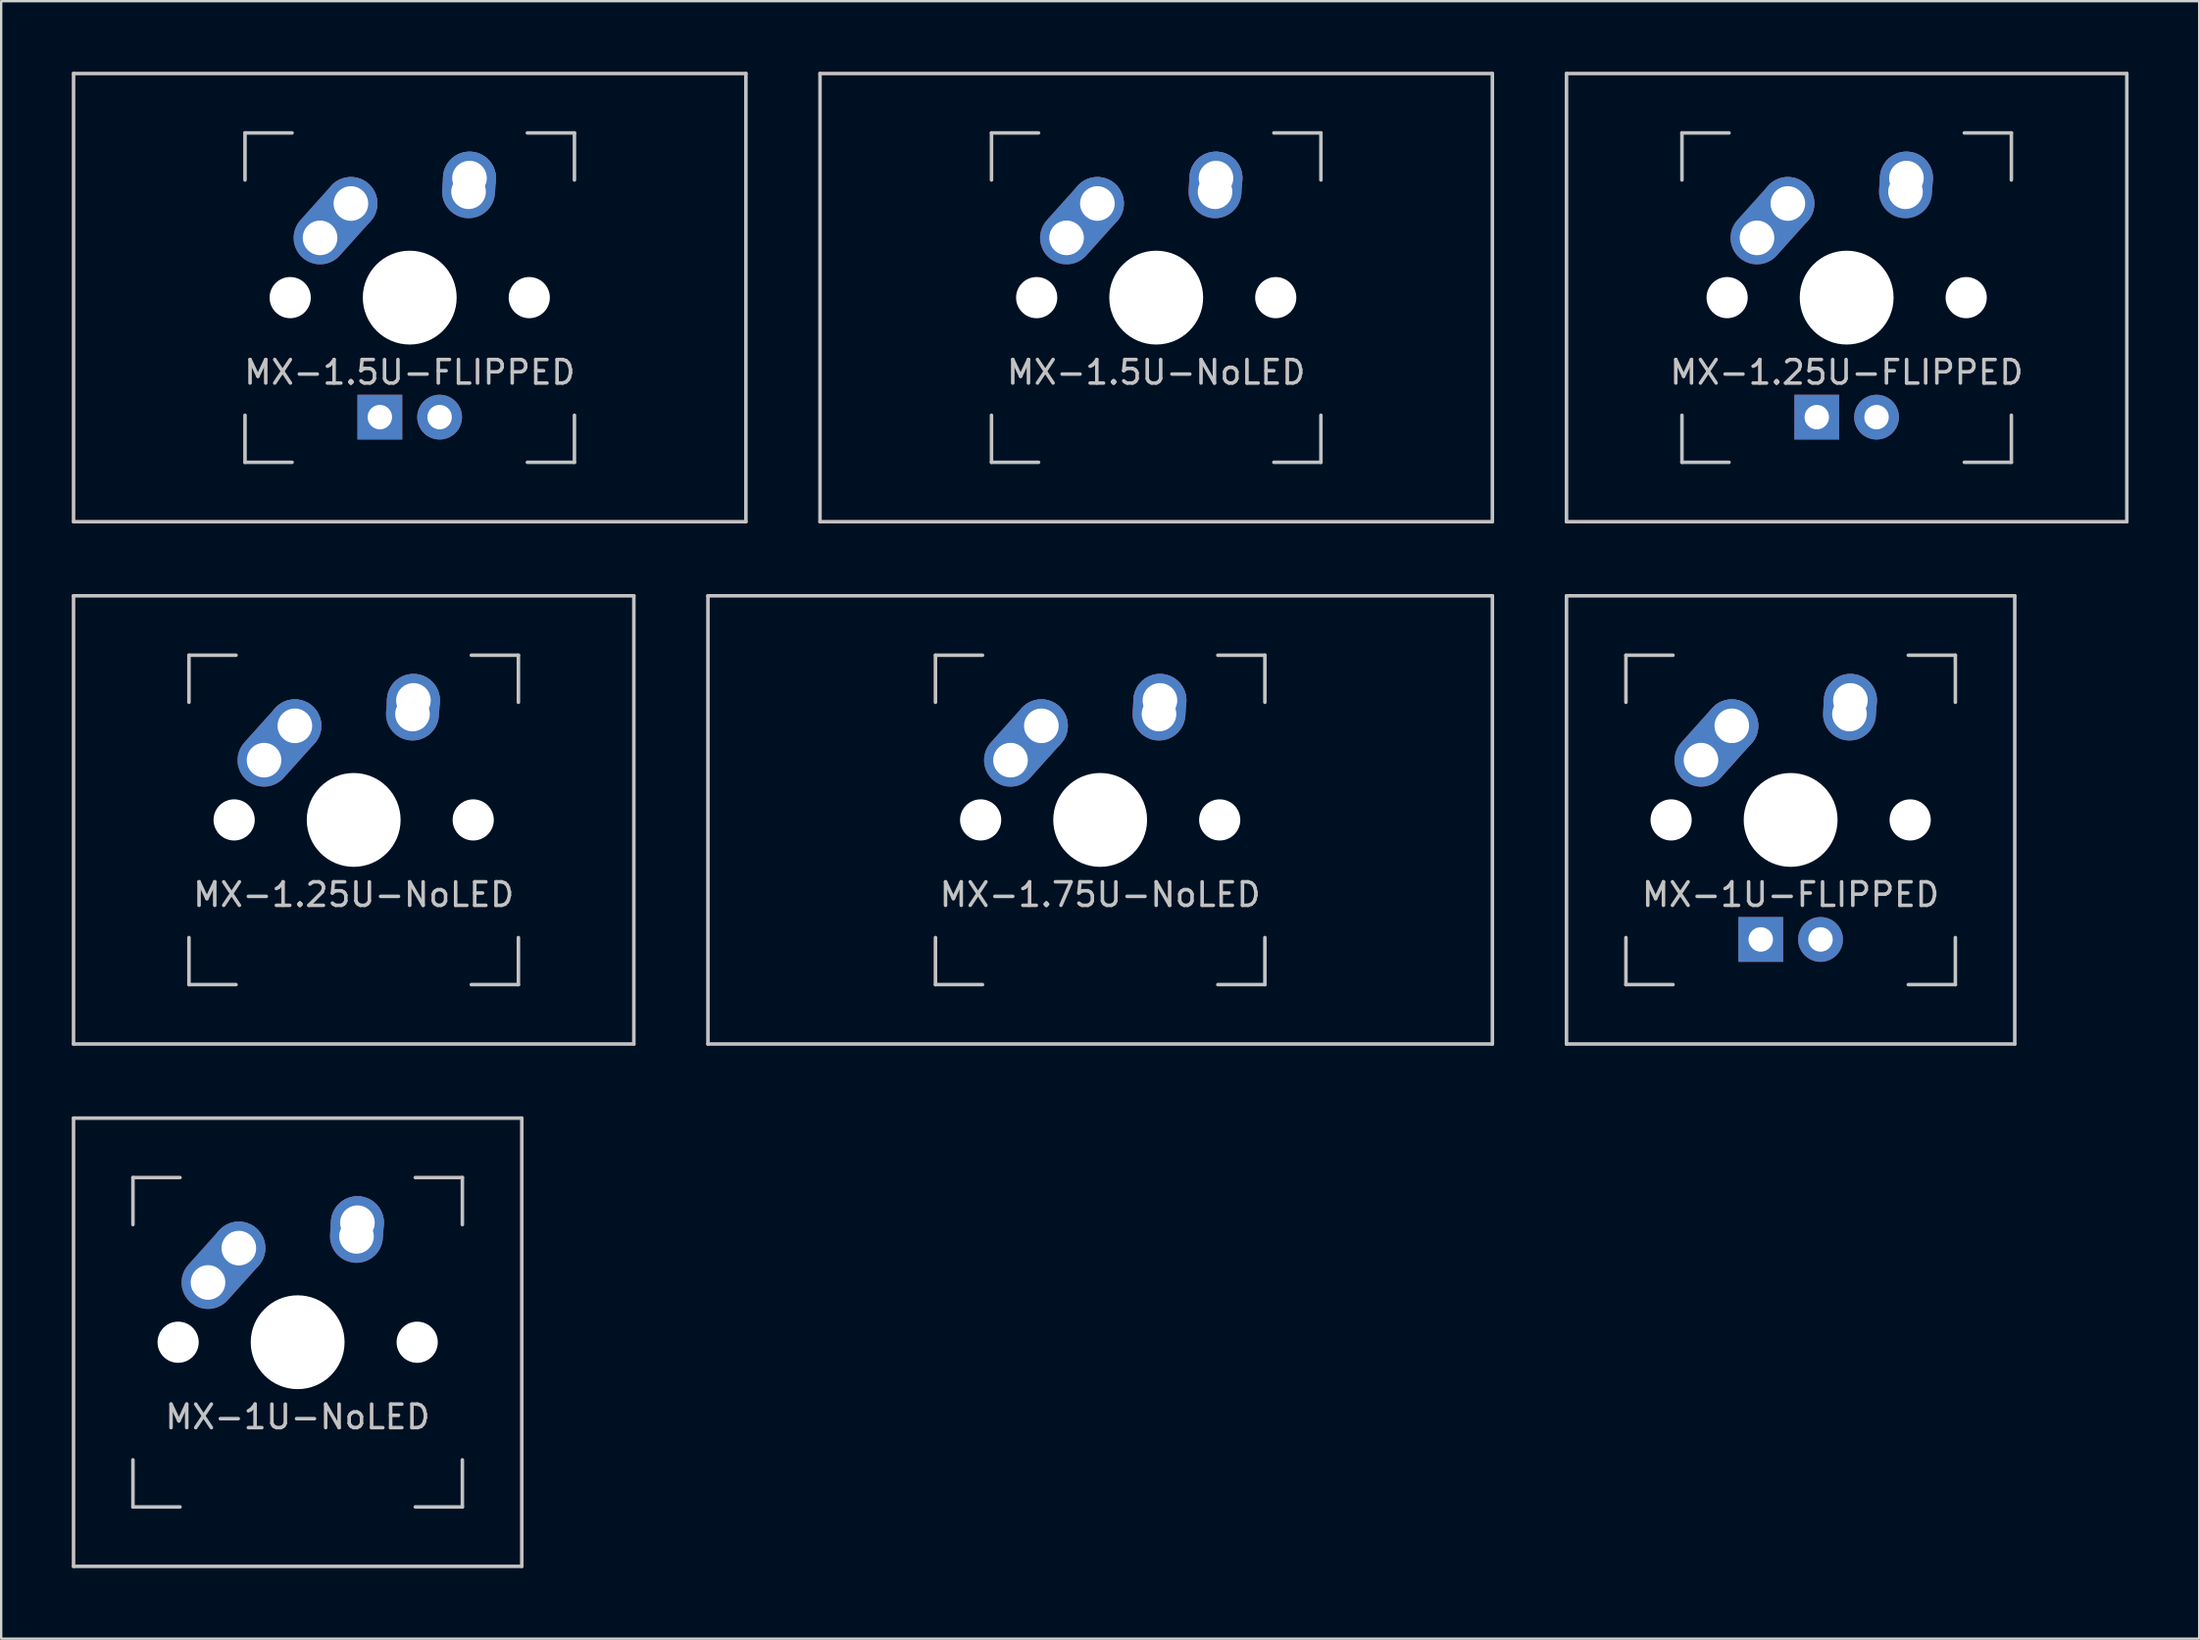
<source format=kicad_pcb>
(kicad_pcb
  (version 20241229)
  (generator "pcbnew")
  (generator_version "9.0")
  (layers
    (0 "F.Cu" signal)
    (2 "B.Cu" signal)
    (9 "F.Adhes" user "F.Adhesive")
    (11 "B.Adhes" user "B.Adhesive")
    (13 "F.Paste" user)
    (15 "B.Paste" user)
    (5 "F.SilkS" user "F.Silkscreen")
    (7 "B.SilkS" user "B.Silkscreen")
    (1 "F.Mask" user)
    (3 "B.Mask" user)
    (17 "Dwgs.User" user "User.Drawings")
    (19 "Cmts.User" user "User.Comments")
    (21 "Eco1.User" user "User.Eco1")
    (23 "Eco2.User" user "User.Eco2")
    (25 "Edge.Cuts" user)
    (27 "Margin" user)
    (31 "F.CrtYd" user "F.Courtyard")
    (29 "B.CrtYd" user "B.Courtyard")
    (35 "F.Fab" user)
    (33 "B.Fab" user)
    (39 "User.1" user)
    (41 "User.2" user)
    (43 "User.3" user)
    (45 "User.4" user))
  (footprint "MX-1.25U-NoLED"
    (layer "F.Cu")
    (at 11.981 31.8)
    (property "Reference" "MX-1.25U-NoLED" (at 0 3.175 0) (layer "Dwgs.User") (effects (font (size 1 1) (thickness 0.15))))
    (attr through_hole)
    (fp_line (start -11.906 -9.525) (end 11.906 -9.525) (stroke (width 0.15) (type solid)) (layer "Dwgs.User"))
    (fp_line (start -11.906 9.525) (end -11.906 -9.525) (stroke (width 0.15) (type solid)) (layer "Dwgs.User"))
    (fp_line (start -7 -7) (end -7 -5) (stroke (width 0.15) (type solid)) (layer "Dwgs.User"))
    (fp_line (start -7 5) (end -7 7) (stroke (width 0.15) (type solid)) (layer "Dwgs.User"))
    (fp_line (start -7 7) (end -5 7) (stroke (width 0.15) (type solid)) (layer "Dwgs.User"))
    (fp_line (start -5 -7) (end -7 -7) (stroke (width 0.15) (type solid)) (layer "Dwgs.User"))
    (fp_line (start 5 -7) (end 7 -7) (stroke (width 0.15) (type solid)) (layer "Dwgs.User"))
    (fp_line (start 5 7) (end 7 7) (stroke (width 0.15) (type solid)) (layer "Dwgs.User"))
    (fp_line (start 7 -7) (end 7 -5) (stroke (width 0.15) (type solid)) (layer "Dwgs.User"))
    (fp_line (start 7 7) (end 7 5) (stroke (width 0.15) (type solid)) (layer "Dwgs.User"))
    (fp_line (start 11.906 -9.525) (end 11.906 9.525) (stroke (width 0.15) (type solid)) (layer "Dwgs.User"))
    (fp_line (start 11.906 9.525) (end -11.906 9.525) (stroke (width 0.15) (type solid)) (layer "Dwgs.User"))
    (pad "" np_thru_hole circle (at -5.08 0 48.1) (size 1.75 1.75) (drill 1.75) (layers "*.Cu" "*.Mask"))
    (pad "" np_thru_hole circle (at 0 0) (size 3.988 3.988) (drill 3.988) (layers "*.Cu" "*.Mask"))
    (pad "" np_thru_hole circle (at 5.08 0 48.1) (size 1.75 1.75) (drill 1.75) (layers "*.Cu" "*.Mask"))
    (pad "1" thru_hole oval (at -3.81 -2.54 48.1) (size 4.212 2.25) (drill 1.47 (offset 0.981 0)) (layers "*.Cu" "*.Mask"))
    (pad "1" thru_hole circle (at -2.5 -4) (size 2.25 2.25) (drill 1.47) (layers "*.Cu" "*.Mask"))
    (pad "2" thru_hole oval (at 2.5 -4.5 86.055) (size 2.831 2.25) (drill 1.47 (offset 0.291 0)) (layers "*.Cu" "*.Mask"))
    (pad "2" thru_hole circle (at 2.54 -5.08) (size 2.25 2.25) (drill 1.47) (layers "*.Cu" "*.Mask")))
  (footprint "MX-1.25U-FLIPPED"
    (layer "F.Cu")
    (at 75.431 9.6)
    (property "Reference" "MX-1.25U-FLIPPED" (at 0 3.175 0) (layer "Dwgs.User") (effects (font (size 1 1) (thickness 0.15))))
    (attr through_hole)
    (fp_line (start -11.906 -9.525) (end 11.906 -9.525) (stroke (width 0.15) (type solid)) (layer "Dwgs.User"))
    (fp_line (start -11.906 9.525) (end -11.906 -9.525) (stroke (width 0.15) (type solid)) (layer "Dwgs.User"))
    (fp_line (start -7 -7) (end -7 -5) (stroke (width 0.15) (type solid)) (layer "Dwgs.User"))
    (fp_line (start -7 5) (end -7 7) (stroke (width 0.15) (type solid)) (layer "Dwgs.User"))
    (fp_line (start -7 7) (end -5 7) (stroke (width 0.15) (type solid)) (layer "Dwgs.User"))
    (fp_line (start -5 -7) (end -7 -7) (stroke (width 0.15) (type solid)) (layer "Dwgs.User"))
    (fp_line (start 5 -7) (end 7 -7) (stroke (width 0.15) (type solid)) (layer "Dwgs.User"))
    (fp_line (start 5 7) (end 7 7) (stroke (width 0.15) (type solid)) (layer "Dwgs.User"))
    (fp_line (start 7 -7) (end 7 -5) (stroke (width 0.15) (type solid)) (layer "Dwgs.User"))
    (fp_line (start 7 7) (end 7 5) (stroke (width 0.15) (type solid)) (layer "Dwgs.User"))
    (fp_line (start 11.906 -9.525) (end 11.906 9.525) (stroke (width 0.15) (type solid)) (layer "Dwgs.User"))
    (fp_line (start 11.906 9.525) (end -11.906 9.525) (stroke (width 0.15) (type solid)) (layer "Dwgs.User"))
    (pad "" np_thru_hole circle (at -5.08 0 48.1) (size 1.75 1.75) (drill 1.75) (layers "*.Cu" "*.Mask"))
    (pad "" np_thru_hole circle (at 0 0) (size 3.988 3.988) (drill 3.988) (layers "*.Cu" "*.Mask"))
    (pad "" np_thru_hole circle (at 5.08 0 48.1) (size 1.75 1.75) (drill 1.75) (layers "*.Cu" "*.Mask"))
    (pad "1" thru_hole oval (at -3.81 -2.54 48.1) (size 4.212 2.25) (drill 1.47 (offset 0.981 0)) (layers "*.Cu" "*.Mask"))
    (pad "1" thru_hole circle (at -2.5 -4) (size 2.25 2.25) (drill 1.47) (layers "*.Cu" "*.Mask"))
    (pad "2" thru_hole oval (at 2.5 -4.5 86.055) (size 2.831 2.25) (drill 1.47 (offset 0.291 0)) (layers "*.Cu" "*.Mask"))
    (pad "2" thru_hole circle (at 2.54 -5.08) (size 2.25 2.25) (drill 1.47) (layers "*.Cu" "*.Mask"))
    (pad "3" thru_hole circle (at 1.27 5.08) (size 1.905 1.905) (drill 1.04) (layers "*.Cu" "*.Mask"))
    (pad "4" thru_hole rect (at -1.27 5.08) (size 1.905 1.905) (drill 1.04) (layers "*.Cu" "*.Mask")))
  (footprint "MX-1.5U-FLIPPED"
    (layer "F.Cu")
    (at 14.363 9.6)
    (property "Reference" "MX-1.5U-FLIPPED" (at 0 3.175 0) (layer "Dwgs.User") (effects (font (size 1 1) (thickness 0.15))))
    (attr through_hole)
    (fp_line (start -14.287 -9.525) (end 14.287 -9.525) (stroke (width 0.15) (type solid)) (layer "Dwgs.User"))
    (fp_line (start -14.287 9.525) (end -14.287 -9.525) (stroke (width 0.15) (type solid)) (layer "Dwgs.User"))
    (fp_line (start -7 -7) (end -7 -5) (stroke (width 0.15) (type solid)) (layer "Dwgs.User"))
    (fp_line (start -7 5) (end -7 7) (stroke (width 0.15) (type solid)) (layer "Dwgs.User"))
    (fp_line (start -7 7) (end -5 7) (stroke (width 0.15) (type solid)) (layer "Dwgs.User"))
    (fp_line (start -5 -7) (end -7 -7) (stroke (width 0.15) (type solid)) (layer "Dwgs.User"))
    (fp_line (start 5 -7) (end 7 -7) (stroke (width 0.15) (type solid)) (layer "Dwgs.User"))
    (fp_line (start 5 7) (end 7 7) (stroke (width 0.15) (type solid)) (layer "Dwgs.User"))
    (fp_line (start 7 -7) (end 7 -5) (stroke (width 0.15) (type solid)) (layer "Dwgs.User"))
    (fp_line (start 7 7) (end 7 5) (stroke (width 0.15) (type solid)) (layer "Dwgs.User"))
    (fp_line (start 14.287 -9.525) (end 14.287 9.525) (stroke (width 0.15) (type solid)) (layer "Dwgs.User"))
    (fp_line (start 14.287 9.525) (end -14.287 9.525) (stroke (width 0.15) (type solid)) (layer "Dwgs.User"))
    (pad "" np_thru_hole circle (at -5.08 0 48.1) (size 1.75 1.75) (drill 1.75) (layers "*.Cu" "*.Mask"))
    (pad "" np_thru_hole circle (at 0 0) (size 3.988 3.988) (drill 3.988) (layers "*.Cu" "*.Mask"))
    (pad "" np_thru_hole circle (at 5.08 0 48.1) (size 1.75 1.75) (drill 1.75) (layers "*.Cu" "*.Mask"))
    (pad "1" thru_hole oval (at -3.81 -2.54 48.1) (size 4.212 2.25) (drill 1.47 (offset 0.981 0)) (layers "*.Cu" "*.Mask"))
    (pad "1" thru_hole circle (at -2.5 -4) (size 2.25 2.25) (drill 1.47) (layers "*.Cu" "*.Mask"))
    (pad "2" thru_hole oval (at 2.5 -4.5 86.055) (size 2.831 2.25) (drill 1.47 (offset 0.291 0)) (layers "*.Cu" "*.Mask"))
    (pad "2" thru_hole circle (at 2.54 -5.08) (size 2.25 2.25) (drill 1.47) (layers "*.Cu" "*.Mask"))
    (pad "3" thru_hole circle (at 1.27 5.08) (size 1.905 1.905) (drill 1.04) (layers "*.Cu" "*.Mask"))
    (pad "4" thru_hole rect (at -1.27 5.08) (size 1.905 1.905) (drill 1.04) (layers "*.Cu" "*.Mask")))
  (footprint "MX-1.5U-NoLED"
    (layer "F.Cu")
    (at 46.087 9.6)
    (property "Reference" "MX-1.5U-NoLED" (at 0 3.175 0) (layer "Dwgs.User") (effects (font (size 1 1) (thickness 0.15))))
    (attr through_hole)
    (fp_line (start -14.287 -9.525) (end 14.287 -9.525) (stroke (width 0.15) (type solid)) (layer "Dwgs.User"))
    (fp_line (start -14.287 9.525) (end -14.287 -9.525) (stroke (width 0.15) (type solid)) (layer "Dwgs.User"))
    (fp_line (start -7 -7) (end -7 -5) (stroke (width 0.15) (type solid)) (layer "Dwgs.User"))
    (fp_line (start -7 5) (end -7 7) (stroke (width 0.15) (type solid)) (layer "Dwgs.User"))
    (fp_line (start -7 7) (end -5 7) (stroke (width 0.15) (type solid)) (layer "Dwgs.User"))
    (fp_line (start -5 -7) (end -7 -7) (stroke (width 0.15) (type solid)) (layer "Dwgs.User"))
    (fp_line (start 5 -7) (end 7 -7) (stroke (width 0.15) (type solid)) (layer "Dwgs.User"))
    (fp_line (start 5 7) (end 7 7) (stroke (width 0.15) (type solid)) (layer "Dwgs.User"))
    (fp_line (start 7 -7) (end 7 -5) (stroke (width 0.15) (type solid)) (layer "Dwgs.User"))
    (fp_line (start 7 7) (end 7 5) (stroke (width 0.15) (type solid)) (layer "Dwgs.User"))
    (fp_line (start 14.287 -9.525) (end 14.287 9.525) (stroke (width 0.15) (type solid)) (layer "Dwgs.User"))
    (fp_line (start 14.287 9.525) (end -14.287 9.525) (stroke (width 0.15) (type solid)) (layer "Dwgs.User"))
    (pad "" np_thru_hole circle (at -5.08 0 48.1) (size 1.75 1.75) (drill 1.75) (layers "*.Cu" "*.Mask"))
    (pad "" np_thru_hole circle (at 0 0) (size 3.988 3.988) (drill 3.988) (layers "*.Cu" "*.Mask"))
    (pad "" np_thru_hole circle (at 5.08 0 48.1) (size 1.75 1.75) (drill 1.75) (layers "*.Cu" "*.Mask"))
    (pad "1" thru_hole oval (at -3.81 -2.54 48.1) (size 4.212 2.25) (drill 1.47 (offset 0.981 0)) (layers "*.Cu" "*.Mask"))
    (pad "1" thru_hole circle (at -2.5 -4) (size 2.25 2.25) (drill 1.47) (layers "*.Cu" "*.Mask"))
    (pad "2" thru_hole oval (at 2.5 -4.5 86.055) (size 2.831 2.25) (drill 1.47 (offset 0.291 0)) (layers "*.Cu" "*.Mask"))
    (pad "2" thru_hole circle (at 2.54 -5.08) (size 2.25 2.25) (drill 1.47) (layers "*.Cu" "*.Mask")))
  (footprint "MX-1U-FLIPPED"
    (layer "F.Cu")
    (at 73.05 31.8)
    (property "Reference" "MX-1U-FLIPPED" (at 0 3.175 0) (layer "Dwgs.User") (effects (font (size 1 1) (thickness 0.15))))
    (attr through_hole)
    (fp_line (start -9.525 -9.525) (end 9.525 -9.525) (stroke (width 0.15) (type solid)) (layer "Dwgs.User"))
    (fp_line (start -9.525 9.525) (end -9.525 -9.525) (stroke (width 0.15) (type solid)) (layer "Dwgs.User"))
    (fp_line (start -7 -7) (end -7 -5) (stroke (width 0.15) (type solid)) (layer "Dwgs.User"))
    (fp_line (start -7 5) (end -7 7) (stroke (width 0.15) (type solid)) (layer "Dwgs.User"))
    (fp_line (start -7 7) (end -5 7) (stroke (width 0.15) (type solid)) (layer "Dwgs.User"))
    (fp_line (start -5 -7) (end -7 -7) (stroke (width 0.15) (type solid)) (layer "Dwgs.User"))
    (fp_line (start 5 -7) (end 7 -7) (stroke (width 0.15) (type solid)) (layer "Dwgs.User"))
    (fp_line (start 5 7) (end 7 7) (stroke (width 0.15) (type solid)) (layer "Dwgs.User"))
    (fp_line (start 7 -7) (end 7 -5) (stroke (width 0.15) (type solid)) (layer "Dwgs.User"))
    (fp_line (start 7 7) (end 7 5) (stroke (width 0.15) (type solid)) (layer "Dwgs.User"))
    (fp_line (start 9.525 -9.525) (end 9.525 9.525) (stroke (width 0.15) (type solid)) (layer "Dwgs.User"))
    (fp_line (start 9.525 9.525) (end -9.525 9.525) (stroke (width 0.15) (type solid)) (layer "Dwgs.User"))
    (pad "" np_thru_hole circle (at -5.08 0 48.1) (size 1.75 1.75) (drill 1.75) (layers "*.Cu" "*.Mask"))
    (pad "" np_thru_hole circle (at 0 0) (size 3.988 3.988) (drill 3.988) (layers "*.Cu" "*.Mask"))
    (pad "" np_thru_hole circle (at 5.08 0 48.1) (size 1.75 1.75) (drill 1.75) (layers "*.Cu" "*.Mask"))
    (pad "1" thru_hole oval (at -3.81 -2.54 48.1) (size 4.212 2.25) (drill 1.47 (offset 0.981 0)) (layers "*.Cu" "*.Mask"))
    (pad "1" thru_hole circle (at -2.5 -4) (size 2.25 2.25) (drill 1.47) (layers "*.Cu" "*.Mask"))
    (pad "2" thru_hole oval (at 2.5 -4.5 86.055) (size 2.831 2.25) (drill 1.47 (offset 0.291 0)) (layers "*.Cu" "*.Mask"))
    (pad "2" thru_hole circle (at 2.54 -5.08) (size 2.25 2.25) (drill 1.47) (layers "*.Cu" "*.Mask"))
    (pad "3" thru_hole circle (at 1.27 5.08) (size 1.905 1.905) (drill 1.04) (layers "*.Cu" "*.Mask"))
    (pad "4" thru_hole rect (at -1.27 5.08) (size 1.905 1.905) (drill 1.04) (layers "*.Cu" "*.Mask")))
  (footprint "MX-1.75U-NoLED"
    (layer "F.Cu")
    (at 43.706 31.8)
    (property "Reference" "MX-1.75U-NoLED" (at 0 3.175 0) (layer "Dwgs.User") (effects (font (size 1 1) (thickness 0.15))))
    (attr through_hole)
    (fp_line (start -16.669 -9.525) (end 16.669 -9.525) (stroke (width 0.15) (type solid)) (layer "Dwgs.User"))
    (fp_line (start -16.669 9.525) (end -16.669 -9.525) (stroke (width 0.15) (type solid)) (layer "Dwgs.User"))
    (fp_line (start -7 -7) (end -7 -5) (stroke (width 0.15) (type solid)) (layer "Dwgs.User"))
    (fp_line (start -7 5) (end -7 7) (stroke (width 0.15) (type solid)) (layer "Dwgs.User"))
    (fp_line (start -7 7) (end -5 7) (stroke (width 0.15) (type solid)) (layer "Dwgs.User"))
    (fp_line (start -5 -7) (end -7 -7) (stroke (width 0.15) (type solid)) (layer "Dwgs.User"))
    (fp_line (start 5 -7) (end 7 -7) (stroke (width 0.15) (type solid)) (layer "Dwgs.User"))
    (fp_line (start 5 7) (end 7 7) (stroke (width 0.15) (type solid)) (layer "Dwgs.User"))
    (fp_line (start 7 -7) (end 7 -5) (stroke (width 0.15) (type solid)) (layer "Dwgs.User"))
    (fp_line (start 7 7) (end 7 5) (stroke (width 0.15) (type solid)) (layer "Dwgs.User"))
    (fp_line (start 16.669 -9.525) (end 16.669 9.525) (stroke (width 0.15) (type solid)) (layer "Dwgs.User"))
    (fp_line (start 16.669 9.525) (end -16.669 9.525) (stroke (width 0.15) (type solid)) (layer "Dwgs.User"))
    (pad "" np_thru_hole circle (at -5.08 0 48.1) (size 1.75 1.75) (drill 1.75) (layers "*.Cu" "*.Mask"))
    (pad "" np_thru_hole circle (at 0 0) (size 3.988 3.988) (drill 3.988) (layers "*.Cu" "*.Mask"))
    (pad "" np_thru_hole circle (at 5.08 0 48.1) (size 1.75 1.75) (drill 1.75) (layers "*.Cu" "*.Mask"))
    (pad "1" thru_hole oval (at -3.81 -2.54 48.1) (size 4.212 2.25) (drill 1.47 (offset 0.981 0)) (layers "*.Cu" "*.Mask"))
    (pad "1" thru_hole circle (at -2.5 -4) (size 2.25 2.25) (drill 1.47) (layers "*.Cu" "*.Mask"))
    (pad "2" thru_hole oval (at 2.5 -4.5 86.055) (size 2.831 2.25) (drill 1.47 (offset 0.291 0)) (layers "*.Cu" "*.Mask"))
    (pad "2" thru_hole circle (at 2.54 -5.08) (size 2.25 2.25) (drill 1.47) (layers "*.Cu" "*.Mask")))
  (footprint "MX-1U-NoLED"
    (layer "F.Cu")
    (at 9.6 54)
    (property "Reference" "MX-1U-NoLED" (at 0 3.175 0) (layer "Dwgs.User") (effects (font (size 1 1) (thickness 0.15))))
    (attr through_hole)
    (fp_line (start -9.525 -9.525) (end 9.525 -9.525) (stroke (width 0.15) (type solid)) (layer "Dwgs.User"))
    (fp_line (start -9.525 9.525) (end -9.525 -9.525) (stroke (width 0.15) (type solid)) (layer "Dwgs.User"))
    (fp_line (start -7 -7) (end -7 -5) (stroke (width 0.15) (type solid)) (layer "Dwgs.User"))
    (fp_line (start -7 5) (end -7 7) (stroke (width 0.15) (type solid)) (layer "Dwgs.User"))
    (fp_line (start -7 7) (end -5 7) (stroke (width 0.15) (type solid)) (layer "Dwgs.User"))
    (fp_line (start -5 -7) (end -7 -7) (stroke (width 0.15) (type solid)) (layer "Dwgs.User"))
    (fp_line (start 5 -7) (end 7 -7) (stroke (width 0.15) (type solid)) (layer "Dwgs.User"))
    (fp_line (start 5 7) (end 7 7) (stroke (width 0.15) (type solid)) (layer "Dwgs.User"))
    (fp_line (start 7 -7) (end 7 -5) (stroke (width 0.15) (type solid)) (layer "Dwgs.User"))
    (fp_line (start 7 7) (end 7 5) (stroke (width 0.15) (type solid)) (layer "Dwgs.User"))
    (fp_line (start 9.525 -9.525) (end 9.525 9.525) (stroke (width 0.15) (type solid)) (layer "Dwgs.User"))
    (fp_line (start 9.525 9.525) (end -9.525 9.525) (stroke (width 0.15) (type solid)) (layer "Dwgs.User"))
    (pad "" np_thru_hole circle (at -5.08 0 48.1) (size 1.75 1.75) (drill 1.75) (layers "*.Cu" "*.Mask"))
    (pad "" np_thru_hole circle (at 0 0) (size 3.988 3.988) (drill 3.988) (layers "*.Cu" "*.Mask"))
    (pad "" np_thru_hole circle (at 5.08 0 48.1) (size 1.75 1.75) (drill 1.75) (layers "*.Cu" "*.Mask"))
    (pad "1" thru_hole oval (at -3.81 -2.54 48.1) (size 4.212 2.25) (drill 1.47 (offset 0.981 0)) (layers "*.Cu" "*.Mask"))
    (pad "1" thru_hole circle (at -2.5 -4) (size 2.25 2.25) (drill 1.47) (layers "*.Cu" "*.Mask"))
    (pad "2" thru_hole oval (at 2.5 -4.5 86.055) (size 2.831 2.25) (drill 1.47 (offset 0.291 0)) (layers "*.Cu" "*.Mask"))
    (pad "2" thru_hole circle (at 2.54 -5.08) (size 2.25 2.25) (drill 1.47) (layers "*.Cu" "*.Mask")))
  (gr_rect
    (start -3 -3)
    (end 90.412 66.6)
    (stroke (width 0.1) (type default))
    (fill no)
    (layer "Edge.Cuts")))
</source>
